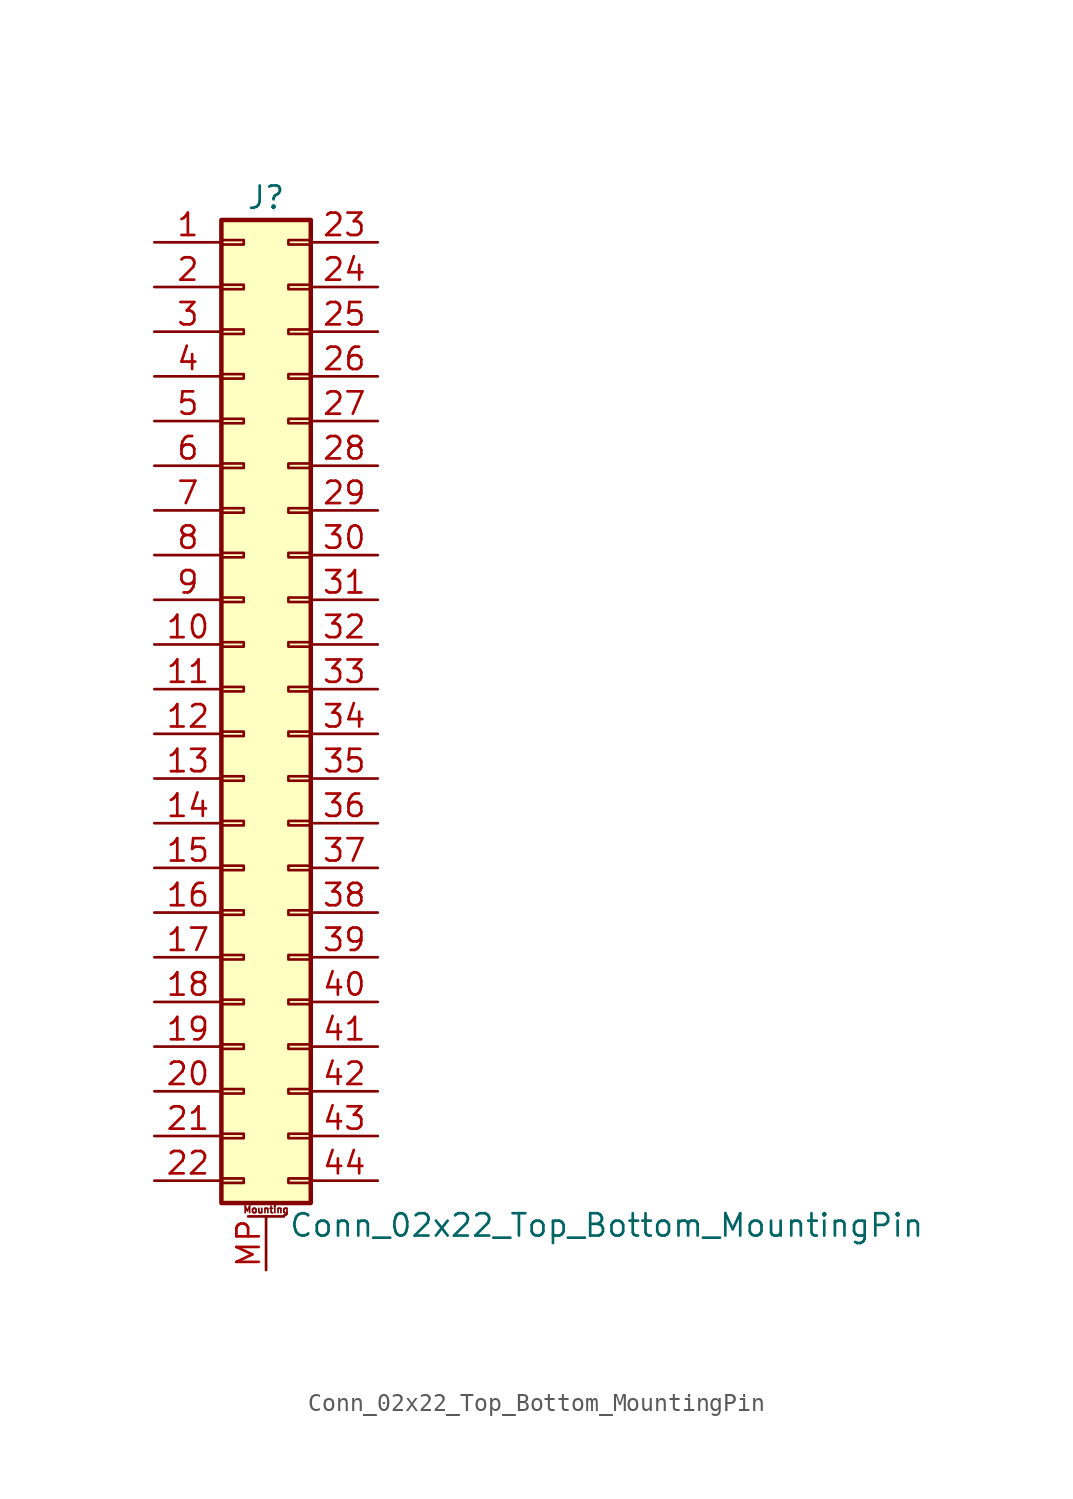
<source format=kicad_sym>
(kicad_symbol_lib
  (version 20201005)
  (generator kicad_symbol_editor)
  (symbol "Connector_Generic_MountingPin:Conn_02x22_Top_Bottom_MountingPin"
    (pin_names
      (offset 1.016) hide)
    (property "Reference" "J"
      (at 1.27 27.94 0)
      (effects (font (size 1.27 1.27))))
    (property "Value" "Conn_02x22_Top_Bottom_MountingPin"
      (at 2.54 -30.48 0)
      (effects (font (size 1.27 1.27)) (justify left)))
    (symbol "Conn_02x22_Top_Bottom_MountingPin_1_1"
      (text "Mounting" (at 1.27 -29.591 0) (effects (font (size 0.381 0.381))))
      (rectangle (start -1.27 -27.813) (end 0 -28.067) (stroke (width 0.152)) (fill (type none)))
      (rectangle (start -1.27 -4.953) (end 0 -5.207) (stroke (width 0.152)) (fill (type none)))
      (rectangle (start -1.27 -7.493) (end 0 -7.747) (stroke (width 0.152)) (fill (type none)))
      (rectangle (start -1.27 -10.033) (end 0 -10.287) (stroke (width 0.152)) (fill (type none)))
      (rectangle (start -1.27 -12.573) (end 0 -12.827) (stroke (width 0.152)) (fill (type none)))
      (rectangle (start -1.27 -15.113) (end 0 -15.367) (stroke (width 0.152)) (fill (type none)))
      (rectangle (start -1.27 -17.653) (end 0 -17.907) (stroke (width 0.152)) (fill (type none)))
      (rectangle (start -1.27 -20.193) (end 0 -20.447) (stroke (width 0.152)) (fill (type none)))
      (rectangle (start -1.27 -22.733) (end 0 -22.987) (stroke (width 0.152)) (fill (type none)))
      (rectangle (start -1.27 -2.413) (end 0 -2.667) (stroke (width 0.152)) (fill (type none)))
      (rectangle (start -1.27 -25.273) (end 0 -25.527) (stroke (width 0.152)) (fill (type none)))
      (rectangle (start -1.27 25.527) (end 0 25.273) (stroke (width 0.152)) (fill (type none)))
      (rectangle (start -1.27 2.667) (end 0 2.413) (stroke (width 0.152)) (fill (type none)))
      (rectangle (start -1.27 26.67) (end 3.81 -29.21) (stroke (width 0.254)) (fill (type background)))
      (rectangle (start -1.27 5.207) (end 0 4.953) (stroke (width 0.152)) (fill (type none)))
      (rectangle (start -1.27 7.747) (end 0 7.493) (stroke (width 0.152)) (fill (type none)))
      (rectangle (start -1.27 10.287) (end 0 10.033) (stroke (width 0.152)) (fill (type none)))
      (rectangle (start -1.27 0.127) (end 0 -0.127) (stroke (width 0.152)) (fill (type none)))
      (rectangle (start -1.27 12.827) (end 0 12.573) (stroke (width 0.152)) (fill (type none)))
      (rectangle (start -1.27 15.367) (end 0 15.113) (stroke (width 0.152)) (fill (type none)))
      (rectangle (start -1.27 17.907) (end 0 17.653) (stroke (width 0.152)) (fill (type none)))
      (rectangle (start -1.27 20.447) (end 0 20.193) (stroke (width 0.152)) (fill (type none)))
      (rectangle (start -1.27 22.987) (end 0 22.733) (stroke (width 0.152)) (fill (type none)))
      (rectangle (start 3.81 -27.813) (end 2.54 -28.067) (stroke (width 0.152)) (fill (type none)))
      (rectangle (start 3.81 -4.953) (end 2.54 -5.207) (stroke (width 0.152)) (fill (type none)))
      (rectangle (start 3.81 -7.493) (end 2.54 -7.747) (stroke (width 0.152)) (fill (type none)))
      (rectangle (start 3.81 -10.033) (end 2.54 -10.287) (stroke (width 0.152)) (fill (type none)))
      (rectangle (start 3.81 -12.573) (end 2.54 -12.827) (stroke (width 0.152)) (fill (type none)))
      (rectangle (start 3.81 -15.113) (end 2.54 -15.367) (stroke (width 0.152)) (fill (type none)))
      (rectangle (start 3.81 -17.653) (end 2.54 -17.907) (stroke (width 0.152)) (fill (type none)))
      (rectangle (start 3.81 -20.193) (end 2.54 -20.447) (stroke (width 0.152)) (fill (type none)))
      (rectangle (start 3.81 -22.733) (end 2.54 -22.987) (stroke (width 0.152)) (fill (type none)))
      (rectangle (start 3.81 -2.413) (end 2.54 -2.667) (stroke (width 0.152)) (fill (type none)))
      (rectangle (start 3.81 -25.273) (end 2.54 -25.527) (stroke (width 0.152)) (fill (type none)))
      (rectangle (start 3.81 25.527) (end 2.54 25.273) (stroke (width 0.152)) (fill (type none)))
      (rectangle (start 3.81 2.667) (end 2.54 2.413) (stroke (width 0.152)) (fill (type none)))
      (rectangle (start 3.81 5.207) (end 2.54 4.953) (stroke (width 0.152)) (fill (type none)))
      (rectangle (start 3.81 7.747) (end 2.54 7.493) (stroke (width 0.152)) (fill (type none)))
      (rectangle (start 3.81 10.287) (end 2.54 10.033) (stroke (width 0.152)) (fill (type none)))
      (rectangle (start 3.81 0.127) (end 2.54 -0.127) (stroke (width 0.152)) (fill (type none)))
      (rectangle (start 3.81 12.827) (end 2.54 12.573) (stroke (width 0.152)) (fill (type none)))
      (rectangle (start 3.81 15.367) (end 2.54 15.113) (stroke (width 0.152)) (fill (type none)))
      (rectangle (start 3.81 17.907) (end 2.54 17.653) (stroke (width 0.152)) (fill (type none)))
      (rectangle (start 3.81 20.447) (end 2.54 20.193) (stroke (width 0.152)) (fill (type none)))
      (rectangle (start 3.81 22.987) (end 2.54 22.733) (stroke (width 0.152)) (fill (type none)))
      (polyline (pts (xy 0.254 -29.972) (xy 2.286 -29.972)) (stroke (width 0.152)) (fill (type none)))
      (pin passive line (at 1.27 -33.02 90) (length 3.048) (name "MountPin" (effects (font (size 1.27 1.27)))) (number "MP" (effects (font (size 1.27 1.27)))))
      (pin passive line (at -5.08 25.4 0) (length 3.81) (name "Pin_1" (effects (font (size 1.27 1.27)))) (number "1" (effects (font (size 1.27 1.27)))))
      (pin passive line (at -5.08 2.54 0) (length 3.81) (name "Pin_10" (effects (font (size 1.27 1.27)))) (number "10" (effects (font (size 1.27 1.27)))))
      (pin passive line (at -5.08 0 0) (length 3.81) (name "Pin_11" (effects (font (size 1.27 1.27)))) (number "11" (effects (font (size 1.27 1.27)))))
      (pin passive line (at -5.08 -2.54 0) (length 3.81) (name "Pin_12" (effects (font (size 1.27 1.27)))) (number "12" (effects (font (size 1.27 1.27)))))
      (pin passive line (at -5.08 -5.08 0) (length 3.81) (name "Pin_13" (effects (font (size 1.27 1.27)))) (number "13" (effects (font (size 1.27 1.27)))))
      (pin passive line (at -5.08 -7.62 0) (length 3.81) (name "Pin_14" (effects (font (size 1.27 1.27)))) (number "14" (effects (font (size 1.27 1.27)))))
      (pin passive line (at -5.08 -10.16 0) (length 3.81) (name "Pin_15" (effects (font (size 1.27 1.27)))) (number "15" (effects (font (size 1.27 1.27)))))
      (pin passive line (at -5.08 -12.7 0) (length 3.81) (name "Pin_16" (effects (font (size 1.27 1.27)))) (number "16" (effects (font (size 1.27 1.27)))))
      (pin passive line (at -5.08 -15.24 0) (length 3.81) (name "Pin_17" (effects (font (size 1.27 1.27)))) (number "17" (effects (font (size 1.27 1.27)))))
      (pin passive line (at -5.08 -17.78 0) (length 3.81) (name "Pin_18" (effects (font (size 1.27 1.27)))) (number "18" (effects (font (size 1.27 1.27)))))
      (pin passive line (at -5.08 -20.32 0) (length 3.81) (name "Pin_19" (effects (font (size 1.27 1.27)))) (number "19" (effects (font (size 1.27 1.27)))))
      (pin passive line (at -5.08 22.86 0) (length 3.81) (name "Pin_2" (effects (font (size 1.27 1.27)))) (number "2" (effects (font (size 1.27 1.27)))))
      (pin passive line (at -5.08 -22.86 0) (length 3.81) (name "Pin_20" (effects (font (size 1.27 1.27)))) (number "20" (effects (font (size 1.27 1.27)))))
      (pin passive line (at -5.08 -25.4 0) (length 3.81) (name "Pin_21" (effects (font (size 1.27 1.27)))) (number "21" (effects (font (size 1.27 1.27)))))
      (pin passive line (at -5.08 -27.94 0) (length 3.81) (name "Pin_22" (effects (font (size 1.27 1.27)))) (number "22" (effects (font (size 1.27 1.27)))))
      (pin passive line (at 7.62 25.4 180) (length 3.81) (name "Pin_23" (effects (font (size 1.27 1.27)))) (number "23" (effects (font (size 1.27 1.27)))))
      (pin passive line (at 7.62 22.86 180) (length 3.81) (name "Pin_24" (effects (font (size 1.27 1.27)))) (number "24" (effects (font (size 1.27 1.27)))))
      (pin passive line (at 7.62 20.32 180) (length 3.81) (name "Pin_25" (effects (font (size 1.27 1.27)))) (number "25" (effects (font (size 1.27 1.27)))))
      (pin passive line (at 7.62 17.78 180) (length 3.81) (name "Pin_26" (effects (font (size 1.27 1.27)))) (number "26" (effects (font (size 1.27 1.27)))))
      (pin passive line (at 7.62 15.24 180) (length 3.81) (name "Pin_27" (effects (font (size 1.27 1.27)))) (number "27" (effects (font (size 1.27 1.27)))))
      (pin passive line (at 7.62 12.7 180) (length 3.81) (name "Pin_28" (effects (font (size 1.27 1.27)))) (number "28" (effects (font (size 1.27 1.27)))))
      (pin passive line (at 7.62 10.16 180) (length 3.81) (name "Pin_29" (effects (font (size 1.27 1.27)))) (number "29" (effects (font (size 1.27 1.27)))))
      (pin passive line (at -5.08 20.32 0) (length 3.81) (name "Pin_3" (effects (font (size 1.27 1.27)))) (number "3" (effects (font (size 1.27 1.27)))))
      (pin passive line (at 7.62 7.62 180) (length 3.81) (name "Pin_30" (effects (font (size 1.27 1.27)))) (number "30" (effects (font (size 1.27 1.27)))))
      (pin passive line (at 7.62 5.08 180) (length 3.81) (name "Pin_31" (effects (font (size 1.27 1.27)))) (number "31" (effects (font (size 1.27 1.27)))))
      (pin passive line (at 7.62 2.54 180) (length 3.81) (name "Pin_32" (effects (font (size 1.27 1.27)))) (number "32" (effects (font (size 1.27 1.27)))))
      (pin passive line (at 7.62 0 180) (length 3.81) (name "Pin_33" (effects (font (size 1.27 1.27)))) (number "33" (effects (font (size 1.27 1.27)))))
      (pin passive line (at 7.62 -2.54 180) (length 3.81) (name "Pin_34" (effects (font (size 1.27 1.27)))) (number "34" (effects (font (size 1.27 1.27)))))
      (pin passive line (at 7.62 -5.08 180) (length 3.81) (name "Pin_35" (effects (font (size 1.27 1.27)))) (number "35" (effects (font (size 1.27 1.27)))))
      (pin passive line (at 7.62 -7.62 180) (length 3.81) (name "Pin_36" (effects (font (size 1.27 1.27)))) (number "36" (effects (font (size 1.27 1.27)))))
      (pin passive line (at 7.62 -10.16 180) (length 3.81) (name "Pin_37" (effects (font (size 1.27 1.27)))) (number "37" (effects (font (size 1.27 1.27)))))
      (pin passive line (at 7.62 -12.7 180) (length 3.81) (name "Pin_38" (effects (font (size 1.27 1.27)))) (number "38" (effects (font (size 1.27 1.27)))))
      (pin passive line (at 7.62 -15.24 180) (length 3.81) (name "Pin_39" (effects (font (size 1.27 1.27)))) (number "39" (effects (font (size 1.27 1.27)))))
      (pin passive line (at -5.08 17.78 0) (length 3.81) (name "Pin_4" (effects (font (size 1.27 1.27)))) (number "4" (effects (font (size 1.27 1.27)))))
      (pin passive line (at 7.62 -17.78 180) (length 3.81) (name "Pin_40" (effects (font (size 1.27 1.27)))) (number "40" (effects (font (size 1.27 1.27)))))
      (pin passive line (at 7.62 -20.32 180) (length 3.81) (name "Pin_41" (effects (font (size 1.27 1.27)))) (number "41" (effects (font (size 1.27 1.27)))))
      (pin passive line (at 7.62 -22.86 180) (length 3.81) (name "Pin_42" (effects (font (size 1.27 1.27)))) (number "42" (effects (font (size 1.27 1.27)))))
      (pin passive line (at 7.62 -25.4 180) (length 3.81) (name "Pin_43" (effects (font (size 1.27 1.27)))) (number "43" (effects (font (size 1.27 1.27)))))
      (pin passive line (at 7.62 -27.94 180) (length 3.81) (name "Pin_44" (effects (font (size 1.27 1.27)))) (number "44" (effects (font (size 1.27 1.27)))))
      (pin passive line (at -5.08 15.24 0) (length 3.81) (name "Pin_5" (effects (font (size 1.27 1.27)))) (number "5" (effects (font (size 1.27 1.27)))))
      (pin passive line (at -5.08 12.7 0) (length 3.81) (name "Pin_6" (effects (font (size 1.27 1.27)))) (number "6" (effects (font (size 1.27 1.27)))))
      (pin passive line (at -5.08 10.16 0) (length 3.81) (name "Pin_7" (effects (font (size 1.27 1.27)))) (number "7" (effects (font (size 1.27 1.27)))))
      (pin passive line (at -5.08 7.62 0) (length 3.81) (name "Pin_8" (effects (font (size 1.27 1.27)))) (number "8" (effects (font (size 1.27 1.27)))))
      (pin passive line (at -5.08 5.08 0) (length 3.81) (name "Pin_9" (effects (font (size 1.27 1.27)))) (number "9" (effects (font (size 1.27 1.27))))))))
</source>
